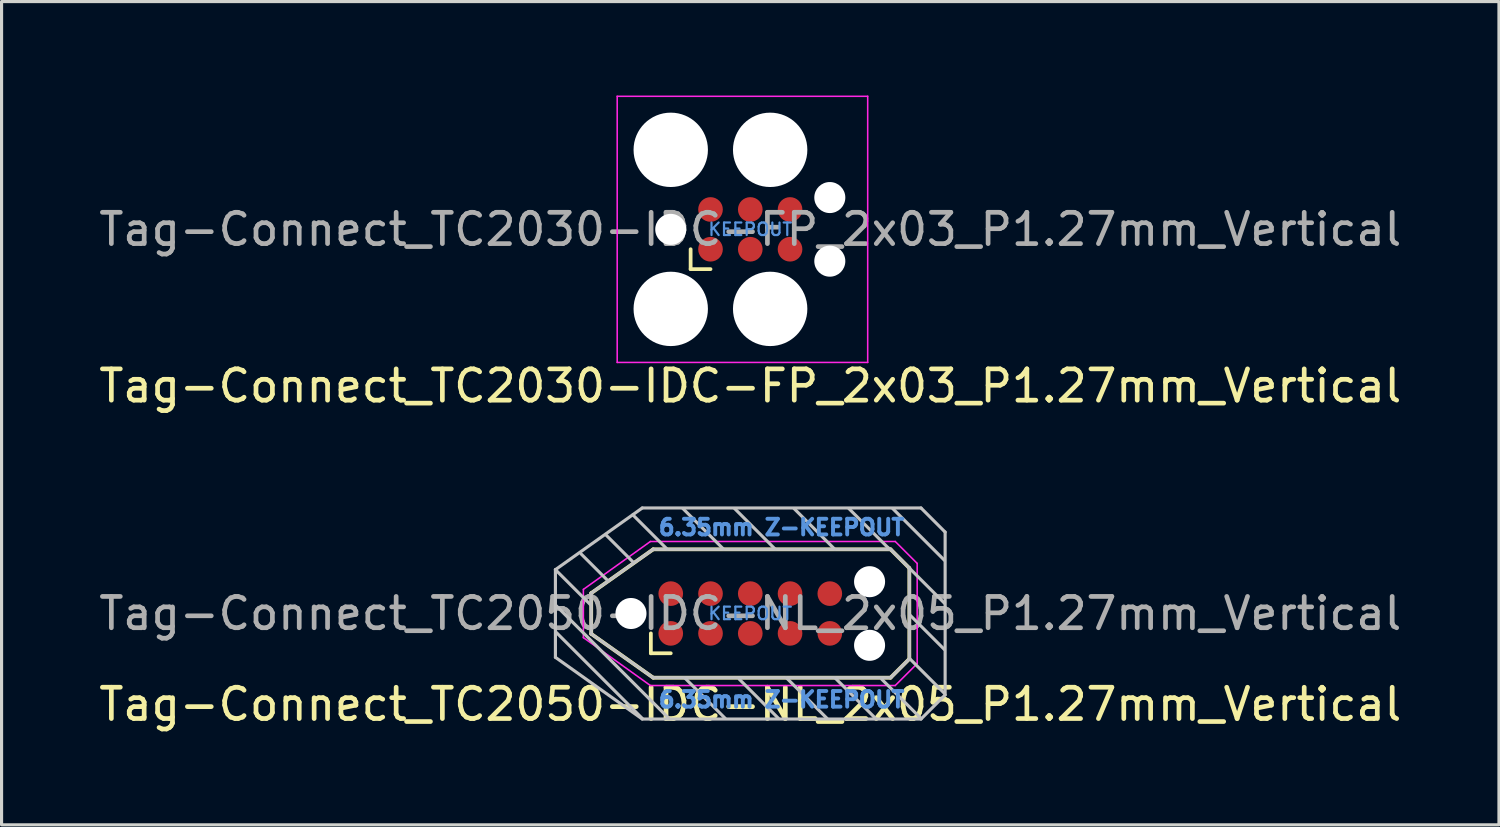
<source format=kicad_pcb>
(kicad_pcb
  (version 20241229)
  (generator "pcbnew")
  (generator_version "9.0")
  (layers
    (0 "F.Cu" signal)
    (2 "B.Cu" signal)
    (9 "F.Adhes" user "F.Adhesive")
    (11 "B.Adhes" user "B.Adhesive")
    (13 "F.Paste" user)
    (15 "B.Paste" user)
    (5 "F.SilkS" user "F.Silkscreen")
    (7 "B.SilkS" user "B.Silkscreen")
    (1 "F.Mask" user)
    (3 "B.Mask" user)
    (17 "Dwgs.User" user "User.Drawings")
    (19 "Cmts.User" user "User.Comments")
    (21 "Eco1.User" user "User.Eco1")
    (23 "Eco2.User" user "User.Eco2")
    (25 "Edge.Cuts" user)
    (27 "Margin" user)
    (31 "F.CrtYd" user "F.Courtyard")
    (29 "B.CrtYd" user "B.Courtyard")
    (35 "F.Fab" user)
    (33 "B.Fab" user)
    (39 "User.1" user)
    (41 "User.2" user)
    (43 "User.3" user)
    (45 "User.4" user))
  (footprint "Tag-Connect_TC2030-IDC-FP_2x03_P1.27mm_Vertical"
    (layer "F.Cu")
    (at 20.911 4.275)
    (property "Reference" "Tag-Connect_TC2030-IDC-FP_2x03_P1.27mm_Vertical" (at 0 5 0) (layer "F.SilkS") (effects (font (size 1 1) (thickness 0.15))))
    (attr exclude_from_pos_files exclude_from_bom)
    (fp_line (start -1.905 1.27) (end -1.905 0.635) (stroke (width 0.12) (type solid)) (layer "F.SilkS"))
    (fp_line (start -1.27 1.27) (end -1.905 1.27) (stroke (width 0.12) (type solid)) (layer "F.SilkS"))
    (fp_line (start -4.25 -4.25) (end 3.75 -4.25) (stroke (width 0.05) (type solid)) (layer "F.CrtYd"))
    (fp_line (start -4.25 4.25) (end -4.25 -4.25) (stroke (width 0.05) (type solid)) (layer "F.CrtYd"))
    (fp_line (start 3.75 -4.25) (end 3.75 4.25) (stroke (width 0.05) (type solid)) (layer "F.CrtYd"))
    (fp_line (start 3.75 4.25) (end -4.25 4.25) (stroke (width 0.05) (type solid)) (layer "F.CrtYd"))
    (fp_text user "KEEPOUT" (at 0 0 0) (layer "Cmts.User") (effects (font (size 0.4 0.4) (thickness 0.07))))
    (fp_text user "${REFERENCE}" (at 0 0 0) (layer "F.Fab") (effects (font (size 1 1) (thickness 0.15))))
    (pad "" np_thru_hole circle (at -2.54 -2.54) (size 2.375 2.375) (drill 2.375) (layers "*.Cu" "*.Mask"))
    (pad "" np_thru_hole circle (at -2.54 0) (size 0.991 0.991) (drill 0.991) (layers "*.Cu" "*.Mask"))
    (pad "" np_thru_hole circle (at -2.54 2.54) (size 2.375 2.375) (drill 2.375) (layers "*.Cu" "*.Mask"))
    (pad "" np_thru_hole circle (at 0.635 -2.54) (size 2.375 2.375) (drill 2.375) (layers "*.Cu" "*.Mask"))
    (pad "" np_thru_hole circle (at 0.635 2.54) (size 2.375 2.375) (drill 2.375) (layers "*.Cu" "*.Mask"))
    (pad "" np_thru_hole circle (at 2.54 -1.016) (size 0.991 0.991) (drill 0.991) (layers "*.Cu" "*.Mask"))
    (pad "" np_thru_hole circle (at 2.54 1.016) (size 0.991 0.991) (drill 0.991) (layers "*.Cu" "*.Mask"))
    (pad "1" connect circle (at -1.27 0.635) (size 0.787 0.787) (layers "F.Cu" "F.Mask"))
    (pad "2" connect circle (at -1.27 -0.635) (size 0.787 0.787) (layers "F.Cu" "F.Mask"))
    (pad "3" connect circle (at 0 0.635) (size 0.787 0.787) (layers "F.Cu" "F.Mask"))
    (pad "4" connect circle (at 0 -0.635) (size 0.787 0.787) (layers "F.Cu" "F.Mask"))
    (pad "5" connect circle (at 1.27 0.635) (size 0.787 0.787) (layers "F.Cu" "F.Mask"))
    (pad "6" connect circle (at 1.27 -0.635) (size 0.787 0.787) (layers "F.Cu" "F.Mask"))
    (zone (net_name "") (layer "F.Cu") (hatch full 0.508) (connect_pads) (min_thickness 0.254) (filled_areas_thickness no) (keepout (tracks allowed) (vias not_allowed) (pads allowed) (copperpour not_allowed) (footprints not_allowed)) (placement (enabled no)) (fill) (polygon (pts (xy 22.181 3.64) (xy 19.641 3.64) (xy 19.641 4.91) (xy 22.181 4.91)))))
  (footprint "Tag-Connect_TC2050-IDC-NL_2x05_P1.27mm_Vertical"
    (layer "F.Cu")
    (at 20.911 16.543)
    (property "Reference" "Tag-Connect_TC2050-IDC-NL_2x05_P1.27mm_Vertical" (at 0 2.9 0) (layer "F.SilkS") (effects (font (size 1 1) (thickness 0.15))))
    (attr exclude_from_pos_files exclude_from_bom)
    (fp_line (start -5.08 -0.65) (end -3.1 -2.05) (stroke (width 0.12) (type solid)) (layer "F.SilkS"))
    (fp_line (start -5.08 0.65) (end -5.08 -0.65) (stroke (width 0.12) (type solid)) (layer "F.SilkS"))
    (fp_line (start -3.175 1.27) (end -3.175 0.635) (stroke (width 0.12) (type solid)) (layer "F.SilkS"))
    (fp_line (start -3.1 -2.05) (end 4.48 -2.05) (stroke (width 0.12) (type solid)) (layer "F.SilkS"))
    (fp_line (start -3.1 2.05) (end -5.08 0.65) (stroke (width 0.12) (type solid)) (layer "F.SilkS"))
    (fp_line (start -2.54 1.27) (end -3.175 1.27) (stroke (width 0.12) (type solid)) (layer "F.SilkS"))
    (fp_line (start 4.48 -2.05) (end 5.08 -1.45) (stroke (width 0.12) (type solid)) (layer "F.SilkS"))
    (fp_line (start 4.48 2.05) (end -3.1 2.05) (stroke (width 0.12) (type solid)) (layer "F.SilkS"))
    (fp_line (start 4.48 2.05) (end 5.08 1.45) (stroke (width 0.12) (type solid)) (layer "F.SilkS"))
    (fp_line (start 5.08 -1.45) (end 5.08 1.45) (stroke (width 0.12) (type solid)) (layer "F.SilkS"))
    (fp_line (start -6.223 -1.4) (end -5.1 -0.277) (stroke (width 0.1) (type solid)) (layer "Dwgs.User"))
    (fp_line (start -6.223 -1.4) (end -3.45 -3.37) (stroke (width 0.1) (type solid)) (layer "Dwgs.User"))
    (fp_line (start -6.223 1.4) (end -6.223 -1.4) (stroke (width 0.1) (type solid)) (layer "Dwgs.User"))
    (fp_line (start -6.223 1.4) (end -3.45 3.37) (stroke (width 0.1) (type solid)) (layer "Dwgs.User"))
    (fp_line (start -6.2 -0.25) (end -2.6 3.35) (stroke (width 0.1) (type solid)) (layer "Dwgs.User"))
    (fp_line (start -6.2 0.6) (end -3.45 3.35) (stroke (width 0.1) (type solid)) (layer "Dwgs.User"))
    (fp_line (start -5.4 -1.9) (end -4.55 -1.05) (stroke (width 0.1) (type solid)) (layer "Dwgs.User"))
    (fp_line (start -5.08 -0.65) (end -3.1 -2.05) (stroke (width 0.1) (type solid)) (layer "Dwgs.User"))
    (fp_line (start -5.08 0.65) (end -5.08 -0.65) (stroke (width 0.1) (type solid)) (layer "Dwgs.User"))
    (fp_line (start -4.6 -2.5) (end -3.75 -1.65) (stroke (width 0.1) (type solid)) (layer "Dwgs.User"))
    (fp_line (start -3.75 -3.15) (end -2.65 -2.05) (stroke (width 0.1) (type solid)) (layer "Dwgs.User"))
    (fp_line (start -3.45 -3.37) (end 5.453 -3.37) (stroke (width 0.1) (type solid)) (layer "Dwgs.User"))
    (fp_line (start -3.1 -2.05) (end 4.48 -2.05) (stroke (width 0.1) (type solid)) (layer "Dwgs.User"))
    (fp_line (start -3.1 2.05) (end -5.08 0.65) (stroke (width 0.1) (type solid)) (layer "Dwgs.User"))
    (fp_line (start -2.15 -3.35) (end -0.85 -2.05) (stroke (width 0.1) (type solid)) (layer "Dwgs.User"))
    (fp_line (start -2.1 2.05) (end -0.8 3.35) (stroke (width 0.1) (type solid)) (layer "Dwgs.User"))
    (fp_line (start -0.5 -3.35) (end 0.8 -2.05) (stroke (width 0.1) (type solid)) (layer "Dwgs.User"))
    (fp_line (start -0.35 2.1) (end 0.9 3.35) (stroke (width 0.1) (type solid)) (layer "Dwgs.User"))
    (fp_line (start 1.15 2.05) (end 2.45 3.35) (stroke (width 0.1) (type solid)) (layer "Dwgs.User"))
    (fp_line (start 1.4 -3.35) (end 2.7 -2.05) (stroke (width 0.1) (type solid)) (layer "Dwgs.User"))
    (fp_line (start 2.7 2.05) (end 4 3.35) (stroke (width 0.1) (type solid)) (layer "Dwgs.User"))
    (fp_line (start 3.15 -3.35) (end 4.4 -2.1) (stroke (width 0.1) (type solid)) (layer "Dwgs.User"))
    (fp_line (start 4.2 2.1) (end 5.45 3.35) (stroke (width 0.1) (type solid)) (layer "Dwgs.User"))
    (fp_line (start 4.4 -2.1) (end 4.45 -2.05) (stroke (width 0.1) (type solid)) (layer "Dwgs.User"))
    (fp_line (start 4.48 -2.05) (end 5.08 -1.45) (stroke (width 0.1) (type solid)) (layer "Dwgs.User"))
    (fp_line (start 4.48 2.05) (end -3.1 2.05) (stroke (width 0.1) (type solid)) (layer "Dwgs.User"))
    (fp_line (start 4.48 2.05) (end 5.08 1.45) (stroke (width 0.1) (type solid)) (layer "Dwgs.User"))
    (fp_line (start 4.55 -3.35) (end 6.2 -1.7) (stroke (width 0.1) (type solid)) (layer "Dwgs.User"))
    (fp_line (start 5.08 -1.45) (end 5.08 1.45) (stroke (width 0.1) (type solid)) (layer "Dwgs.User"))
    (fp_line (start 5.08 -1.45) (end 6.2 -0.33) (stroke (width 0.1) (type solid)) (layer "Dwgs.User"))
    (fp_line (start 5.1 0.05) (end 6.2 1.15) (stroke (width 0.1) (type solid)) (layer "Dwgs.User"))
    (fp_line (start 5.1 1.45) (end 6.2 2.55) (stroke (width 0.1) (type solid)) (layer "Dwgs.User"))
    (fp_line (start 5.453 -3.37) (end 6.223 -2.6) (stroke (width 0.1) (type solid)) (layer "Dwgs.User"))
    (fp_line (start 5.453 3.37) (end -3.45 3.37) (stroke (width 0.1) (type solid)) (layer "Dwgs.User"))
    (fp_line (start 5.453 3.37) (end 6.223 2.6) (stroke (width 0.1) (type solid)) (layer "Dwgs.User"))
    (fp_line (start 6.223 -2.6) (end 6.223 2.6) (stroke (width 0.1) (type solid)) (layer "Dwgs.User"))
    (fp_line (start -5.33 -0.77) (end -3.19 -2.3) (stroke (width 0.05) (type solid)) (layer "F.CrtYd"))
    (fp_line (start -5.33 0.77) (end -5.33 -0.77) (stroke (width 0.05) (type solid)) (layer "F.CrtYd"))
    (fp_line (start -3.19 -2.3) (end 4.63 -2.3) (stroke (width 0.05) (type solid)) (layer "F.CrtYd"))
    (fp_line (start -3.19 2.3) (end -5.33 0.77) (stroke (width 0.05) (type solid)) (layer "F.CrtYd"))
    (fp_line (start 4.63 -2.3) (end 5.33 -1.6) (stroke (width 0.05) (type solid)) (layer "F.CrtYd"))
    (fp_line (start 4.63 2.3) (end -3.19 2.3) (stroke (width 0.05) (type solid)) (layer "F.CrtYd"))
    (fp_line (start 4.63 2.3) (end 5.33 1.6) (stroke (width 0.05) (type solid)) (layer "F.CrtYd"))
    (fp_line (start 5.33 -1.6) (end 5.33 1.6) (stroke (width 0.05) (type solid)) (layer "F.CrtYd"))
    (fp_text user "KEEPOUT" (at 0 0 0) (layer "Cmts.User") (effects (font (size 0.4 0.4) (thickness 0.07))))
    (fp_text user "6.35mm Z-KEEPOUT" (at 1 -2.75 0) (layer "Cmts.User") (effects (font (size 0.5 0.5) (thickness 0.125))))
    (fp_text user "6.35mm Z-KEEPOUT" (at 1 2.75 0) (layer "Cmts.User") (effects (font (size 0.5 0.5) (thickness 0.125))))
    (fp_text user "${REFERENCE}" (at 0 0 0) (layer "F.Fab") (effects (font (size 1 1) (thickness 0.15))))
    (pad "" np_thru_hole circle (at -3.81 0) (size 0.991 0.991) (drill 0.991) (layers "*.Cu" "*.Mask"))
    (pad "" np_thru_hole circle (at 3.81 -1.016) (size 0.991 0.991) (drill 0.991) (layers "*.Cu" "*.Mask"))
    (pad "" np_thru_hole circle (at 3.81 1.016) (size 0.991 0.991) (drill 0.991) (layers "*.Cu" "*.Mask"))
    (pad "1" connect circle (at -2.54 0.635) (size 0.787 0.787) (layers "F.Cu" "F.Mask"))
    (pad "2" connect circle (at -1.27 0.635) (size 0.787 0.787) (layers "F.Cu" "F.Mask"))
    (pad "3" connect circle (at 0 0.635) (size 0.787 0.787) (layers "F.Cu" "F.Mask"))
    (pad "4" connect circle (at 1.27 0.635) (size 0.787 0.787) (layers "F.Cu" "F.Mask"))
    (pad "5" connect circle (at 2.54 0.635) (size 0.787 0.787) (layers "F.Cu" "F.Mask"))
    (pad "6" connect circle (at 2.54 -0.635) (size 0.787 0.787) (layers "F.Cu" "F.Mask"))
    (pad "7" connect circle (at 1.27 -0.635) (size 0.787 0.787) (layers "F.Cu" "F.Mask"))
    (pad "8" connect circle (at 0 -0.635) (size 0.787 0.787) (layers "F.Cu" "F.Mask"))
    (pad "9" connect circle (at -1.27 -0.635) (size 0.787 0.787) (layers "F.Cu" "F.Mask"))
    (pad "10" connect circle (at -2.54 -0.635) (size 0.787 0.787) (layers "F.Cu" "F.Mask"))
    (zone (net_name "") (layer "F.Cu") (hatch full 0.508) (connect_pads) (min_thickness 0.254) (filled_areas_thickness no) (keepout (tracks allowed) (vias not_allowed) (pads allowed) (copperpour not_allowed) (footprints not_allowed)) (placement (enabled no)) (fill) (polygon (pts (xy 18.371 17.178) (xy 23.451 17.178) (xy 23.451 15.908) (xy 18.371 15.908)))))
  (gr_rect
    (start -3 -3)
    (end 44.821 23.291)
    (stroke (width 0.1) (type default))
    (fill no)
    (layer "Edge.Cuts")))
</source>
